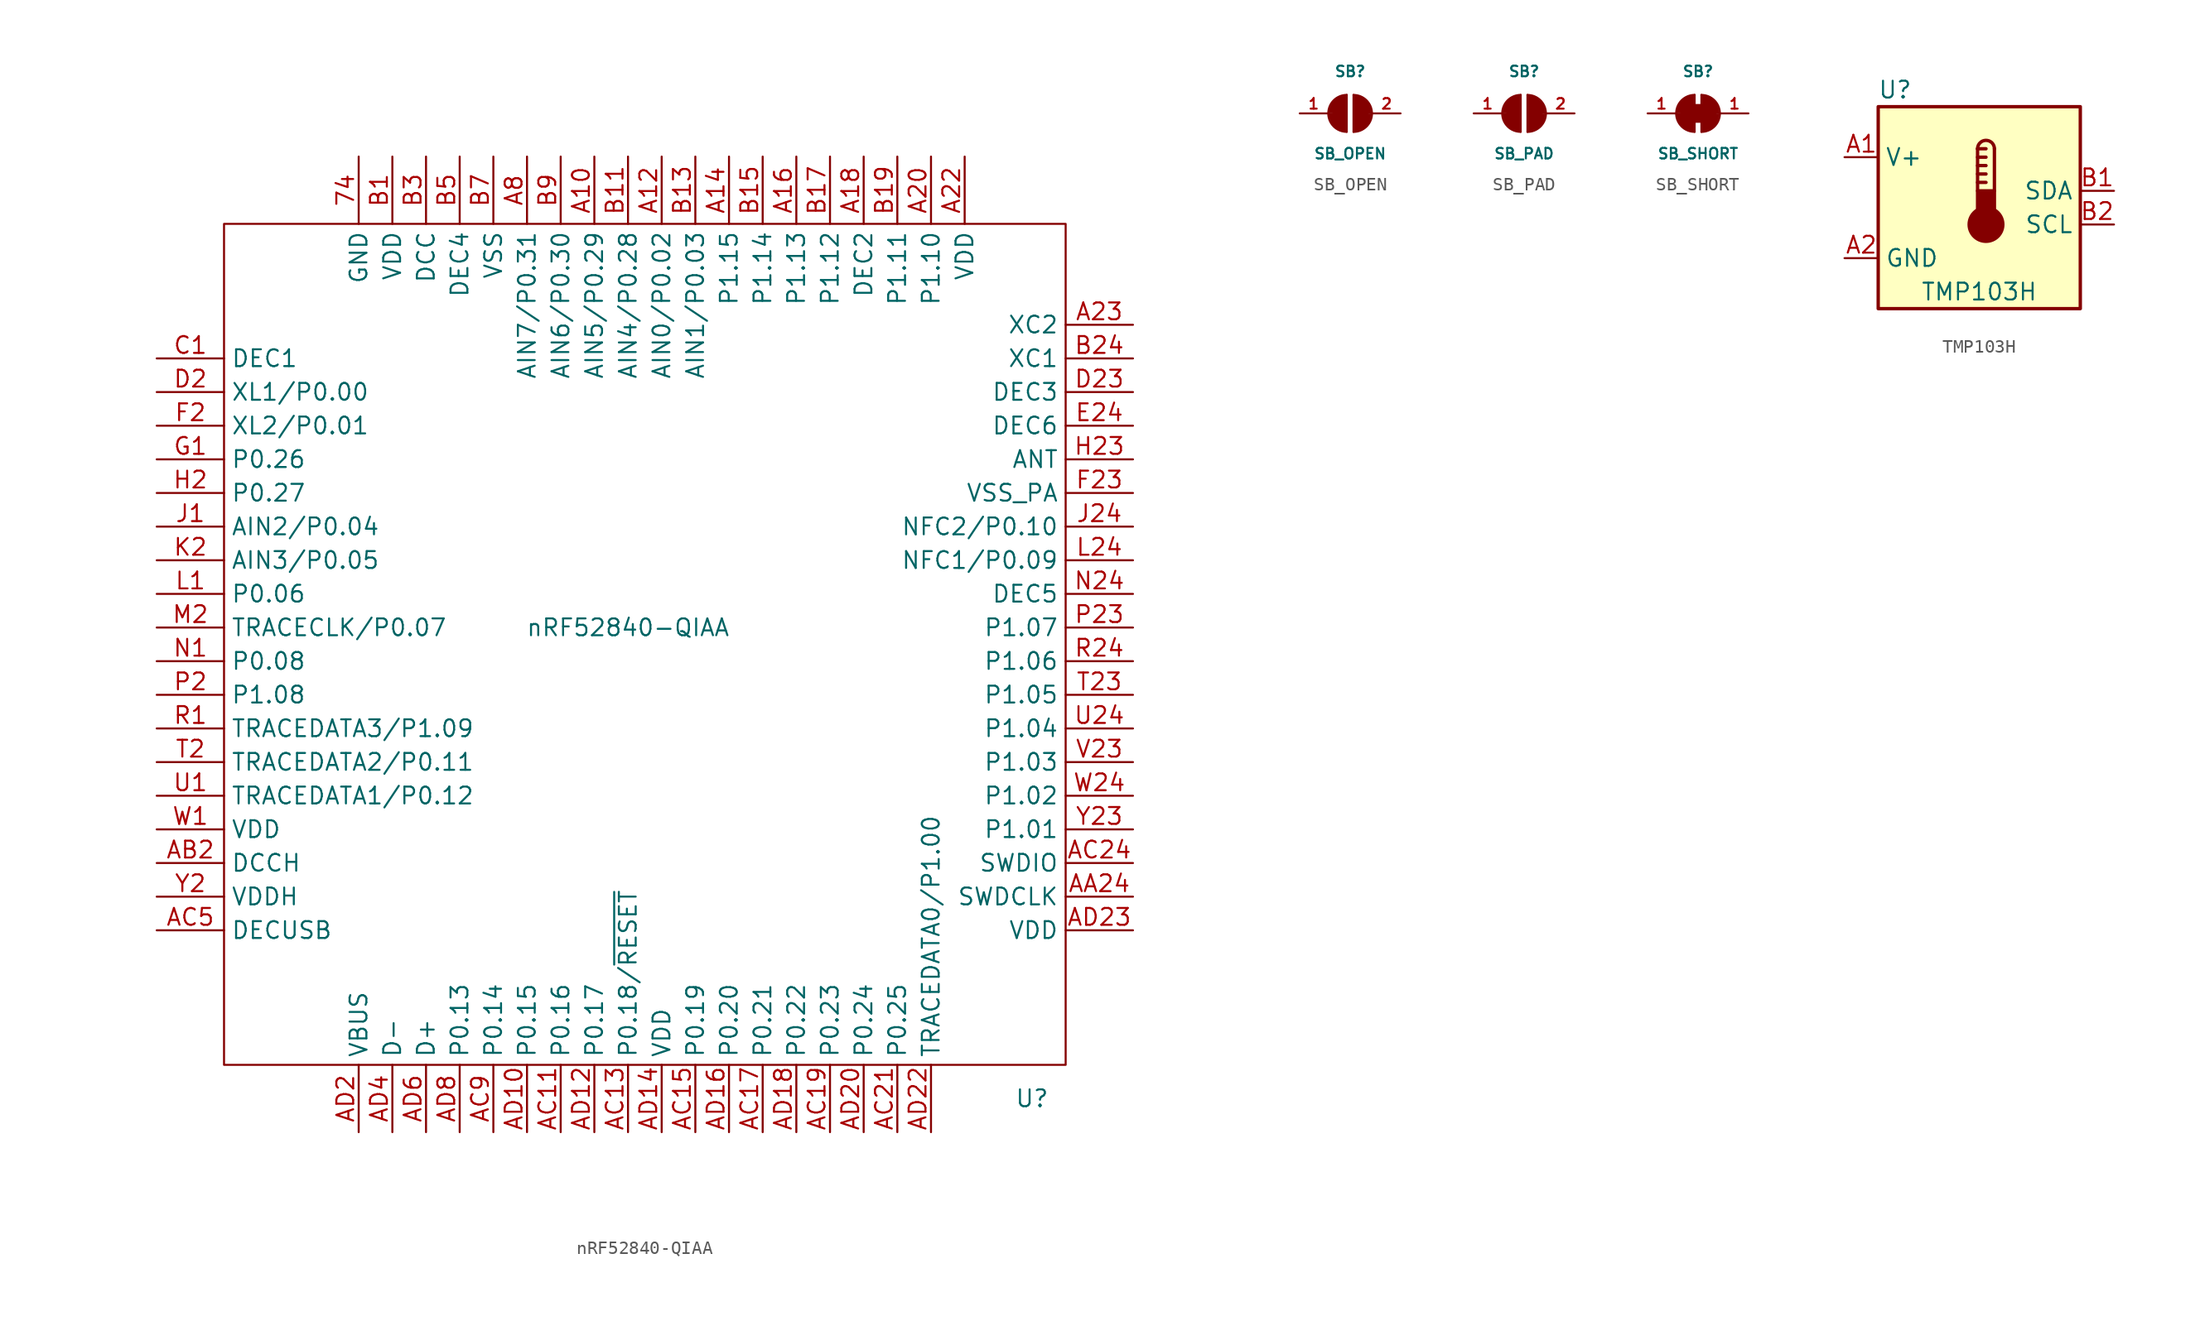
<source format=kicad_sym>
(kicad_symbol_lib
  (version 20211014)
  (generator kicad_symbol_editor)
  (symbol "nRF52840-QIAA"
    (property "Reference" "U"
      (at 29.21 -34.29 0)
      (effects (font (size 1.27 1.27))))
    (property "Value" "nRF52840-QIAA"
      (at -1.27 1.27 0)
      (effects (font (size 1.27 1.27))))
    (symbol "nRF52840-QIAA_0_1"
      (rectangle (start 31.75 -31.75) (end -31.75 31.75) (stroke (width 0) (type default) (color 0 0 0 0)) (fill (type none))))
    (symbol "nRF52840-QIAA_1_1"
      (pin power_in line (at -21.59 36.83 270) (length 5.08) (name "GND" (effects (font (size 1.27 1.27)))) (number "74" (effects (font (size 1.27 1.27)))))
      (pin bidirectional line (at -3.81 36.83 270) (length 5.08) (name "AIN5/P0.29" (effects (font (size 1.27 1.27)))) (number "A10" (effects (font (size 1.27 1.27)))))
      (pin bidirectional line (at 1.27 36.83 270) (length 5.08) (name "AIN0/P0.02" (effects (font (size 1.27 1.27)))) (number "A12" (effects (font (size 1.27 1.27)))))
      (pin bidirectional line (at 6.35 36.83 270) (length 5.08) (name "P1.15" (effects (font (size 1.27 1.27)))) (number "A14" (effects (font (size 1.27 1.27)))))
      (pin bidirectional line (at 11.43 36.83 270) (length 5.08) (name "P1.13" (effects (font (size 1.27 1.27)))) (number "A16" (effects (font (size 1.27 1.27)))))
      (pin passive line (at 16.51 36.83 270) (length 5.08) (name "DEC2" (effects (font (size 1.27 1.27)))) (number "A18" (effects (font (size 1.27 1.27)))))
      (pin bidirectional line (at 21.59 36.83 270) (length 5.08) (name "P1.10" (effects (font (size 1.27 1.27)))) (number "A20" (effects (font (size 1.27 1.27)))))
      (pin power_in line (at 24.13 36.83 270) (length 5.08) (name "VDD" (effects (font (size 1.27 1.27)))) (number "A22" (effects (font (size 1.27 1.27)))))
      (pin input line (at 36.83 24.13 180) (length 5.08) (name "XC2" (effects (font (size 1.27 1.27)))) (number "A23" (effects (font (size 1.27 1.27)))))
      (pin bidirectional line (at -8.89 36.83 270) (length 5.08) (name "AIN7/P0.31" (effects (font (size 1.27 1.27)))) (number "A8" (effects (font (size 1.27 1.27)))))
      (pin input line (at 36.83 -19.05 180) (length 5.08) (name "SWDCLK" (effects (font (size 1.27 1.27)))) (number "AA24" (effects (font (size 1.27 1.27)))))
      (pin power_out line (at -36.83 -16.51 0) (length 5.08) (name "DCCH" (effects (font (size 1.27 1.27)))) (number "AB2" (effects (font (size 1.27 1.27)))))
      (pin bidirectional line (at -6.35 -36.83 90) (length 5.08) (name "P0.16" (effects (font (size 1.27 1.27)))) (number "AC11" (effects (font (size 1.27 1.27)))))
      (pin bidirectional line (at -1.27 -36.83 90) (length 5.08) (name "P0.18/~{RESET}" (effects (font (size 1.27 1.27)))) (number "AC13" (effects (font (size 1.27 1.27)))))
      (pin bidirectional line (at 3.81 -36.83 90) (length 5.08) (name "P0.19" (effects (font (size 1.27 1.27)))) (number "AC15" (effects (font (size 1.27 1.27)))))
      (pin bidirectional line (at 8.89 -36.83 90) (length 5.08) (name "P0.21" (effects (font (size 1.27 1.27)))) (number "AC17" (effects (font (size 1.27 1.27)))))
      (pin bidirectional line (at 13.97 -36.83 90) (length 5.08) (name "P0.23" (effects (font (size 1.27 1.27)))) (number "AC19" (effects (font (size 1.27 1.27)))))
      (pin bidirectional line (at 19.05 -36.83 90) (length 5.08) (name "P0.25" (effects (font (size 1.27 1.27)))) (number "AC21" (effects (font (size 1.27 1.27)))))
      (pin bidirectional line (at 36.83 -16.51 180) (length 5.08) (name "SWDIO" (effects (font (size 1.27 1.27)))) (number "AC24" (effects (font (size 1.27 1.27)))))
      (pin passive line (at -36.83 -21.59 0) (length 5.08) (name "DECUSB" (effects (font (size 1.27 1.27)))) (number "AC5" (effects (font (size 1.27 1.27)))))
      (pin bidirectional line (at -11.43 -36.83 90) (length 5.08) (name "P0.14" (effects (font (size 1.27 1.27)))) (number "AC9" (effects (font (size 1.27 1.27)))))
      (pin bidirectional line (at -8.89 -36.83 90) (length 5.08) (name "P0.15" (effects (font (size 1.27 1.27)))) (number "AD10" (effects (font (size 1.27 1.27)))))
      (pin bidirectional line (at -3.81 -36.83 90) (length 5.08) (name "P0.17" (effects (font (size 1.27 1.27)))) (number "AD12" (effects (font (size 1.27 1.27)))))
      (pin power_in line (at 1.27 -36.83 90) (length 5.08) (name "VDD" (effects (font (size 1.27 1.27)))) (number "AD14" (effects (font (size 1.27 1.27)))))
      (pin bidirectional line (at 6.35 -36.83 90) (length 5.08) (name "P0.20" (effects (font (size 1.27 1.27)))) (number "AD16" (effects (font (size 1.27 1.27)))))
      (pin bidirectional line (at 11.43 -36.83 90) (length 5.08) (name "P0.22" (effects (font (size 1.27 1.27)))) (number "AD18" (effects (font (size 1.27 1.27)))))
      (pin power_in line (at -21.59 -36.83 90) (length 5.08) (name "VBUS" (effects (font (size 1.27 1.27)))) (number "AD2" (effects (font (size 1.27 1.27)))))
      (pin bidirectional line (at 16.51 -36.83 90) (length 5.08) (name "P0.24" (effects (font (size 1.27 1.27)))) (number "AD20" (effects (font (size 1.27 1.27)))))
      (pin bidirectional line (at 21.59 -36.83 90) (length 5.08) (name "TRACEDATA0/P1.00" (effects (font (size 1.27 1.27)))) (number "AD22" (effects (font (size 1.27 1.27)))))
      (pin power_in line (at 36.83 -21.59 180) (length 5.08) (name "VDD" (effects (font (size 1.27 1.27)))) (number "AD23" (effects (font (size 1.27 1.27)))))
      (pin bidirectional line (at -19.05 -36.83 90) (length 5.08) (name "D-" (effects (font (size 1.27 1.27)))) (number "AD4" (effects (font (size 1.27 1.27)))))
      (pin bidirectional line (at -16.51 -36.83 90) (length 5.08) (name "D+" (effects (font (size 1.27 1.27)))) (number "AD6" (effects (font (size 1.27 1.27)))))
      (pin bidirectional line (at -13.97 -36.83 90) (length 5.08) (name "P0.13" (effects (font (size 1.27 1.27)))) (number "AD8" (effects (font (size 1.27 1.27)))))
      (pin power_in line (at -19.05 36.83 270) (length 5.08) (name "VDD" (effects (font (size 1.27 1.27)))) (number "B1" (effects (font (size 1.27 1.27)))))
      (pin bidirectional line (at -1.27 36.83 270) (length 5.08) (name "AIN4/P0.28" (effects (font (size 1.27 1.27)))) (number "B11" (effects (font (size 1.27 1.27)))))
      (pin bidirectional line (at 3.81 36.83 270) (length 5.08) (name "AIN1/P0.03" (effects (font (size 1.27 1.27)))) (number "B13" (effects (font (size 1.27 1.27)))))
      (pin bidirectional line (at 8.89 36.83 270) (length 5.08) (name "P1.14" (effects (font (size 1.27 1.27)))) (number "B15" (effects (font (size 1.27 1.27)))))
      (pin bidirectional line (at 13.97 36.83 270) (length 5.08) (name "P1.12" (effects (font (size 1.27 1.27)))) (number "B17" (effects (font (size 1.27 1.27)))))
      (pin bidirectional line (at 19.05 36.83 270) (length 5.08) (name "P1.11" (effects (font (size 1.27 1.27)))) (number "B19" (effects (font (size 1.27 1.27)))))
      (pin input line (at 36.83 21.59 180) (length 5.08) (name "XC1" (effects (font (size 1.27 1.27)))) (number "B24" (effects (font (size 1.27 1.27)))))
      (pin power_out line (at -16.51 36.83 270) (length 5.08) (name "DCC" (effects (font (size 1.27 1.27)))) (number "B3" (effects (font (size 1.27 1.27)))))
      (pin passive line (at -13.97 36.83 270) (length 5.08) (name "DEC4" (effects (font (size 1.27 1.27)))) (number "B5" (effects (font (size 1.27 1.27)))))
      (pin power_in line (at -11.43 36.83 270) (length 5.08) (name "VSS" (effects (font (size 1.27 1.27)))) (number "B7" (effects (font (size 1.27 1.27)))))
      (pin bidirectional line (at -6.35 36.83 270) (length 5.08) (name "AIN6/P0.30" (effects (font (size 1.27 1.27)))) (number "B9" (effects (font (size 1.27 1.27)))))
      (pin passive line (at -36.83 21.59 0) (length 5.08) (name "DEC1" (effects (font (size 1.27 1.27)))) (number "C1" (effects (font (size 1.27 1.27)))))
      (pin bidirectional line (at -36.83 19.05 0) (length 5.08) (name "XL1/P0.00" (effects (font (size 1.27 1.27)))) (number "D2" (effects (font (size 1.27 1.27)))))
      (pin passive line (at 36.83 19.05 180) (length 5.08) (name "DEC3" (effects (font (size 1.27 1.27)))) (number "D23" (effects (font (size 1.27 1.27)))))
      (pin passive line (at 36.83 16.51 180) (length 5.08) (name "DEC6" (effects (font (size 1.27 1.27)))) (number "E24" (effects (font (size 1.27 1.27)))))
      (pin bidirectional line (at -36.83 16.51 0) (length 5.08) (name "XL2/P0.01" (effects (font (size 1.27 1.27)))) (number "F2" (effects (font (size 1.27 1.27)))))
      (pin power_in line (at 36.83 11.43 180) (length 5.08) (name "VSS_PA" (effects (font (size 1.27 1.27)))) (number "F23" (effects (font (size 1.27 1.27)))))
      (pin bidirectional line (at -36.83 13.97 0) (length 5.08) (name "P0.26" (effects (font (size 1.27 1.27)))) (number "G1" (effects (font (size 1.27 1.27)))))
      (pin bidirectional line (at -36.83 11.43 0) (length 5.08) (name "P0.27" (effects (font (size 1.27 1.27)))) (number "H2" (effects (font (size 1.27 1.27)))))
      (pin passive line (at 36.83 13.97 180) (length 5.08) (name "ANT" (effects (font (size 1.27 1.27)))) (number "H23" (effects (font (size 1.27 1.27)))))
      (pin bidirectional line (at -36.83 8.89 0) (length 5.08) (name "AIN2/P0.04" (effects (font (size 1.27 1.27)))) (number "J1" (effects (font (size 1.27 1.27)))))
      (pin bidirectional line (at 36.83 8.89 180) (length 5.08) (name "NFC2/P0.10" (effects (font (size 1.27 1.27)))) (number "J24" (effects (font (size 1.27 1.27)))))
      (pin bidirectional line (at -36.83 6.35 0) (length 5.08) (name "AIN3/P0.05" (effects (font (size 1.27 1.27)))) (number "K2" (effects (font (size 1.27 1.27)))))
      (pin bidirectional line (at -36.83 3.81 0) (length 5.08) (name "P0.06" (effects (font (size 1.27 1.27)))) (number "L1" (effects (font (size 1.27 1.27)))))
      (pin bidirectional line (at 36.83 6.35 180) (length 5.08) (name "NFC1/P0.09" (effects (font (size 1.27 1.27)))) (number "L24" (effects (font (size 1.27 1.27)))))
      (pin bidirectional line (at -36.83 1.27 0) (length 5.08) (name "TRACECLK/P0.07" (effects (font (size 1.27 1.27)))) (number "M2" (effects (font (size 1.27 1.27)))))
      (pin bidirectional line (at -36.83 -1.27 0) (length 5.08) (name "P0.08" (effects (font (size 1.27 1.27)))) (number "N1" (effects (font (size 1.27 1.27)))))
      (pin passive line (at 36.83 3.81 180) (length 5.08) (name "DEC5" (effects (font (size 1.27 1.27)))) (number "N24" (effects (font (size 1.27 1.27)))))
      (pin bidirectional line (at -36.83 -3.81 0) (length 5.08) (name "P1.08" (effects (font (size 1.27 1.27)))) (number "P2" (effects (font (size 1.27 1.27)))))
      (pin bidirectional line (at 36.83 1.27 180) (length 5.08) (name "P1.07" (effects (font (size 1.27 1.27)))) (number "P23" (effects (font (size 1.27 1.27)))))
      (pin bidirectional line (at -36.83 -6.35 0) (length 5.08) (name "TRACEDATA3/P1.09" (effects (font (size 1.27 1.27)))) (number "R1" (effects (font (size 1.27 1.27)))))
      (pin bidirectional line (at 36.83 -1.27 180) (length 5.08) (name "P1.06" (effects (font (size 1.27 1.27)))) (number "R24" (effects (font (size 1.27 1.27)))))
      (pin bidirectional line (at -36.83 -8.89 0) (length 5.08) (name "TRACEDATA2/P0.11" (effects (font (size 1.27 1.27)))) (number "T2" (effects (font (size 1.27 1.27)))))
      (pin bidirectional line (at 36.83 -3.81 180) (length 5.08) (name "P1.05" (effects (font (size 1.27 1.27)))) (number "T23" (effects (font (size 1.27 1.27)))))
      (pin bidirectional line (at -36.83 -11.43 0) (length 5.08) (name "TRACEDATA1/P0.12" (effects (font (size 1.27 1.27)))) (number "U1" (effects (font (size 1.27 1.27)))))
      (pin bidirectional line (at 36.83 -6.35 180) (length 5.08) (name "P1.04" (effects (font (size 1.27 1.27)))) (number "U24" (effects (font (size 1.27 1.27)))))
      (pin bidirectional line (at 36.83 -8.89 180) (length 5.08) (name "P1.03" (effects (font (size 1.27 1.27)))) (number "V23" (effects (font (size 1.27 1.27)))))
      (pin power_in line (at -36.83 -13.97 0) (length 5.08) (name "VDD" (effects (font (size 1.27 1.27)))) (number "W1" (effects (font (size 1.27 1.27)))))
      (pin bidirectional line (at 36.83 -11.43 180) (length 5.08) (name "P1.02" (effects (font (size 1.27 1.27)))) (number "W24" (effects (font (size 1.27 1.27)))))
      (pin power_in line (at -36.83 -19.05 0) (length 5.08) (name "VDDH" (effects (font (size 1.27 1.27)))) (number "Y2" (effects (font (size 1.27 1.27)))))
      (pin bidirectional line (at 36.83 -13.97 180) (length 5.08) (name "P1.01" (effects (font (size 1.27 1.27)))) (number "Y23" (effects (font (size 1.27 1.27)))))))
  (symbol "SB_OPEN"
    (property "Reference" "SB"
      (at 0 3.175 0)
      (effects (font (size 0.8 0.8))))
    (property "Value" "SB_OPEN"
      (at 0 -3.048 0)
      (effects (font (size 0.8 0.8))))
    (symbol "SB_OPEN_0_1"
      (arc (start -1.6566 0) (mid -1.2466 -0.987) (end -0.2596 -1.397) (stroke (width 0.1524) (type default) (color 0 0 0 0)) (fill (type outline)))
      (arc (start -0.2568 1.3998) (mid -1.2438 0.9898) (end -1.6538 0.0028) (stroke (width 0.1524) (type default) (color 0 0 0 0)) (fill (type outline)))
      (polyline (pts (xy -0.257 -1.394) (xy -0.257 1.4)) (stroke (width 0.152) (type default) (color 0 0 0 0)) (fill (type none)))
      (polyline (pts (xy 0.254 -1.397) (xy 0.254 1.397)) (stroke (width 0.152) (type default) (color 0 0 0 0)) (fill (type none)))
      (arc (start 0.2568 -1.3998) (mid 1.2438 -0.9898) (end 1.6538 -0.0028) (stroke (width 0.1524) (type default) (color 0 0 0 0)) (fill (type outline)))
      (arc (start 1.651 0) (mid 1.241 0.987) (end 0.254 1.397) (stroke (width 0.1524) (type default) (color 0 0 0 0)) (fill (type outline))))
    (symbol "SB_OPEN_1_0"
      (pin free line (at -3.81 0 0) (length 2.1) (name "" (effects (font (size 0.5 0.5)))) (number "1" (effects (font (size 0.8 0.8)))))
      (pin free line (at 3.81 0 180) (length 2.1) (name "" (effects (font (size 0.5 0.5)))) (number "2" (effects (font (size 0.8 0.8)))))))
  (symbol "SB_PAD"
    (property "Reference" "SB"
      (at 0 3.175 0)
      (effects (font (size 0.8 0.8))))
    (property "Value" "SB_PAD"
      (at 0 -3.048 0)
      (effects (font (size 0.8 0.8))))
    (symbol "SB_PAD_0_1"
      (arc (start -1.6566 0) (mid -1.2466 -0.987) (end -0.2596 -1.397) (stroke (width 0.1524) (type default) (color 0 0 0 0)) (fill (type outline)))
      (arc (start -0.2568 1.3998) (mid -1.2438 0.9898) (end -1.6538 0.0028) (stroke (width 0.1524) (type default) (color 0 0 0 0)) (fill (type outline)))
      (polyline (pts (xy -0.257 -1.394) (xy -0.257 1.4)) (stroke (width 0.152) (type default) (color 0 0 0 0)) (fill (type none)))
      (polyline (pts (xy 0.254 -1.397) (xy 0.254 1.397)) (stroke (width 0.152) (type default) (color 0 0 0 0)) (fill (type none)))
      (arc (start 0.2568 -1.3998) (mid 1.2438 -0.9898) (end 1.6538 -0.0028) (stroke (width 0.1524) (type default) (color 0 0 0 0)) (fill (type outline)))
      (arc (start 1.651 0) (mid 1.241 0.987) (end 0.254 1.397) (stroke (width 0.1524) (type default) (color 0 0 0 0)) (fill (type outline))))
    (symbol "SB_PAD_1_0"
      (pin free line (at -3.81 0 0) (length 2.1) (name "" (effects (font (size 0.5 0.5)))) (number "1" (effects (font (size 0.8 0.8)))))
      (pin free line (at 3.81 0 180) (length 2.1) (name "" (effects (font (size 0.5 0.5)))) (number "2" (effects (font (size 0.8 0.8)))))))
  (symbol "SB_SHORT"
    (property "Reference" "SB"
      (at 0 3.175 0)
      (effects (font (size 0.8 0.8))))
    (property "Value" "SB_SHORT"
      (at 0 -3.048 0)
      (effects (font (size 0.8 0.8))))
    (symbol "SB_SHORT_0_1"
      (arc (start -1.6566 0) (mid -1.2466 -0.987) (end -0.2596 -1.397) (stroke (width 0.1524) (type default) (color 0 0 0 0)) (fill (type outline)))
      (rectangle (start -0.635 0.635) (end 0.635 -0.635) (stroke (width 0) (type default) (color 0 0 0 0)) (fill (type outline)))
      (arc (start -0.2568 1.3998) (mid -1.2438 0.9898) (end -1.6538 0.0028) (stroke (width 0.1524) (type default) (color 0 0 0 0)) (fill (type outline)))
      (polyline (pts (xy -0.257 -1.394) (xy -0.257 1.4)) (stroke (width 0.152) (type default) (color 0 0 0 0)) (fill (type none)))
      (polyline (pts (xy 0.254 -1.397) (xy 0.254 1.397)) (stroke (width 0.152) (type default) (color 0 0 0 0)) (fill (type none)))
      (arc (start 0.2568 -1.3998) (mid 1.2438 -0.9898) (end 1.6538 -0.0028) (stroke (width 0.1524) (type default) (color 0 0 0 0)) (fill (type outline)))
      (arc (start 1.651 0) (mid 1.241 0.987) (end 0.254 1.397) (stroke (width 0.1524) (type default) (color 0 0 0 0)) (fill (type outline))))
    (symbol "SB_SHORT_1_0"
      (pin free line (at -3.81 0 0) (length 2.1) (name "" (effects (font (size 0.5 0.5)))) (number "1" (effects (font (size 0.8 0.8)))))
      (pin free line (at 3.81 0 180) (length 2.1) (name "" (effects (font (size 0.5 0.5)))) (number "1" (effects (font (size 0.8 0.8)))))))
  (symbol "TMP103H"
    (property "Reference" "U"
      (at -6.35 8.89 0)
      (effects (font (size 1.27 1.27))))
    (property "Value" "TMP103H"
      (at 0 -6.35 0)
      (effects (font (size 1.27 1.27))))
    (symbol "TMP103H_0_1"
      (rectangle (start -7.62 7.62) (end 7.62 -7.62) (stroke (width 0.254) (type default) (color 0 0 0 0)) (fill (type background))))
    (symbol "TMP103H_1_1"
      (polyline (pts (xy -0.127 1.905) (xy 0.508 1.905)) (stroke (width 0.254) (type default) (color 0 0 0 0)) (fill (type none)))
      (polyline (pts (xy -0.127 2.54) (xy 0.508 2.54)) (stroke (width 0.254) (type default) (color 0 0 0 0)) (fill (type none)))
      (polyline (pts (xy -0.127 3.175) (xy 0.508 3.175)) (stroke (width 0.254) (type default) (color 0 0 0 0)) (fill (type none)))
      (polyline (pts (xy -0.127 3.81) (xy 0.508 3.81)) (stroke (width 0.254) (type default) (color 0 0 0 0)) (fill (type none)))
      (polyline (pts (xy -0.127 4.445) (xy -0.127 1.27)) (stroke (width 0.254) (type default) (color 0 0 0 0)) (fill (type none)))
      (polyline (pts (xy -0.127 4.445) (xy 0.508 4.445)) (stroke (width 0.254) (type default) (color 0 0 0 0)) (fill (type none)))
      (polyline (pts (xy 1.143 4.445) (xy 1.143 1.27)) (stroke (width 0.254) (type default) (color 0 0 0 0)) (fill (type none)))
      (circle (center 0.508 -1.27) (radius 1.27) (stroke (width 0.254) (type default) (color 0 0 0 0)) (fill (type outline)))
      (rectangle (start 1.143 -0.635) (end -0.127 1.27) (stroke (width 0.254) (type default) (color 0 0 0 0)) (fill (type outline)))
      (arc (start 1.143 4.445) (mid 0.508 5.08) (end -0.127 4.445) (stroke (width 0.254) (type default) (color 0 0 0 0)) (fill (type none)))
      (pin power_in line (at -10.16 3.81 0) (length 2.54) (name "V+" (effects (font (size 1.27 1.27)))) (number "A1" (effects (font (size 1.27 1.27)))))
      (pin power_in line (at -10.16 -3.81 0) (length 2.54) (name "GND" (effects (font (size 1.27 1.27)))) (number "A2" (effects (font (size 1.27 1.27)))))
      (pin bidirectional line (at 10.16 1.27 180) (length 2.54) (name "SDA" (effects (font (size 1.27 1.27)))) (number "B1" (effects (font (size 1.27 1.27)))))
      (pin input line (at 10.16 -1.27 180) (length 2.54) (name "SCL" (effects (font (size 1.27 1.27)))) (number "B2" (effects (font (size 1.27 1.27))))))))
</source>
